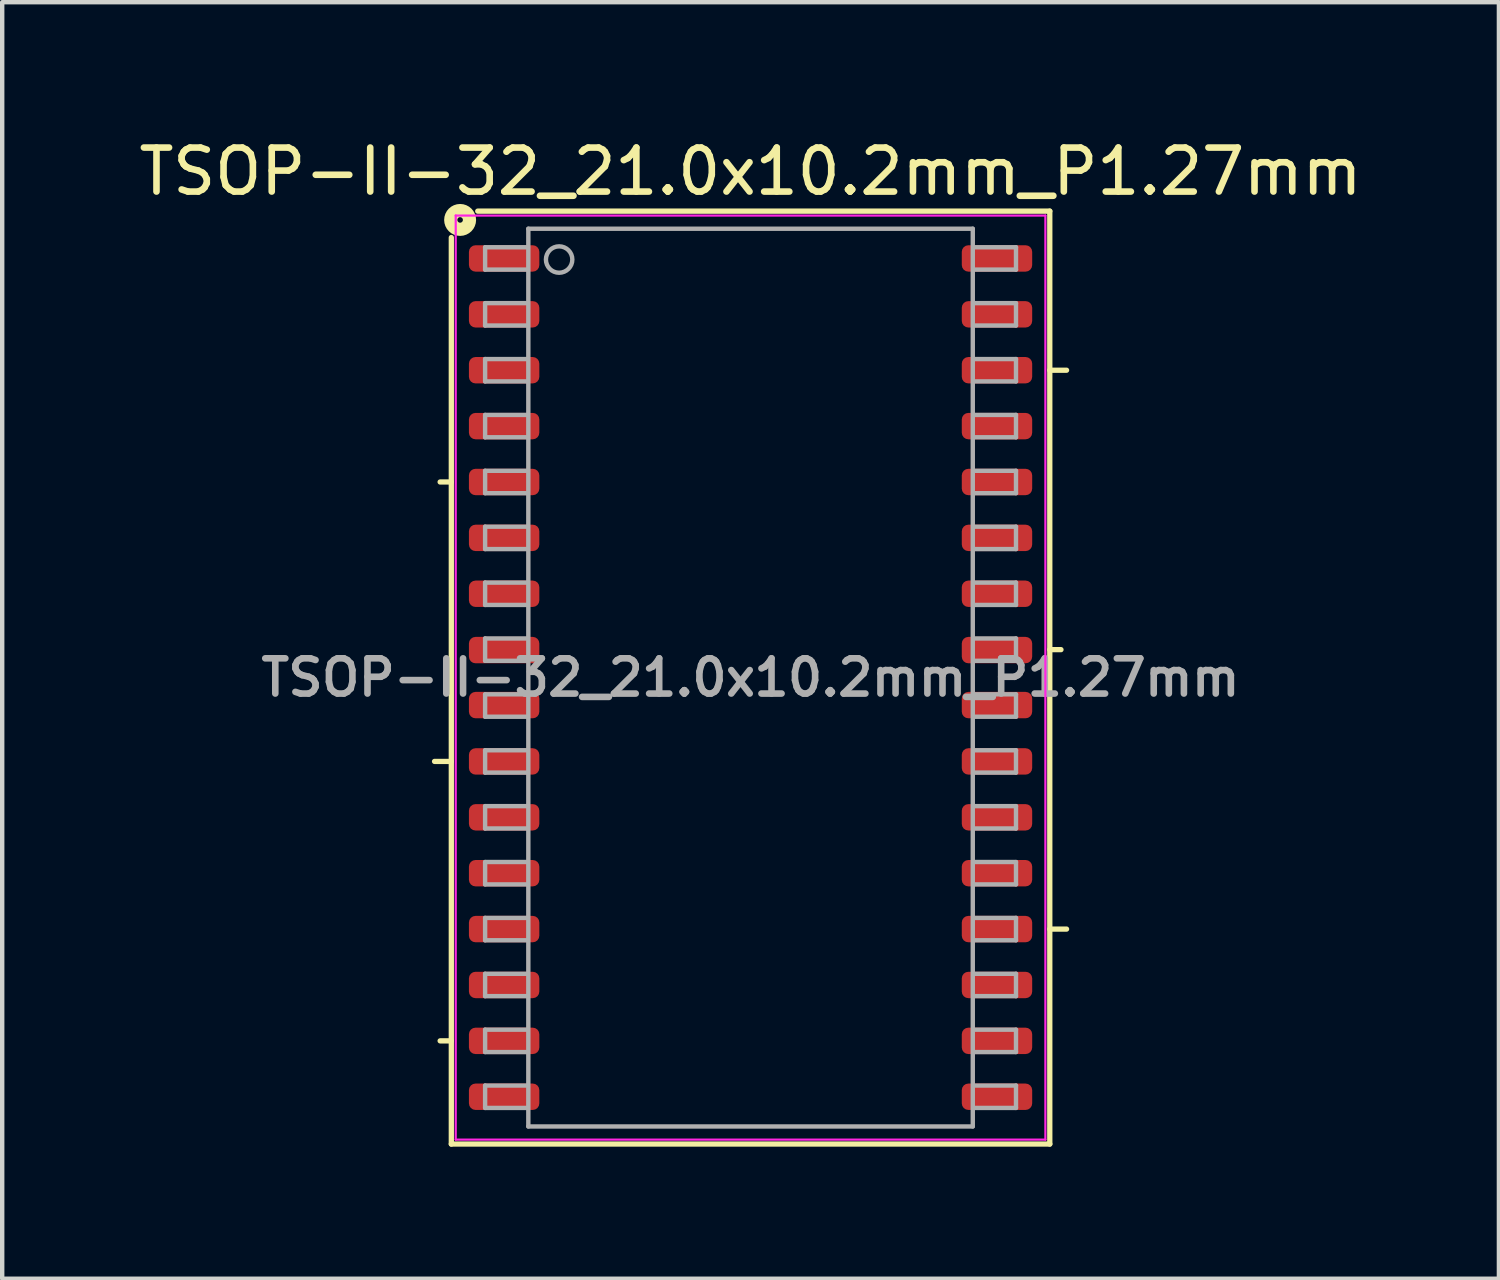
<source format=kicad_pcb>
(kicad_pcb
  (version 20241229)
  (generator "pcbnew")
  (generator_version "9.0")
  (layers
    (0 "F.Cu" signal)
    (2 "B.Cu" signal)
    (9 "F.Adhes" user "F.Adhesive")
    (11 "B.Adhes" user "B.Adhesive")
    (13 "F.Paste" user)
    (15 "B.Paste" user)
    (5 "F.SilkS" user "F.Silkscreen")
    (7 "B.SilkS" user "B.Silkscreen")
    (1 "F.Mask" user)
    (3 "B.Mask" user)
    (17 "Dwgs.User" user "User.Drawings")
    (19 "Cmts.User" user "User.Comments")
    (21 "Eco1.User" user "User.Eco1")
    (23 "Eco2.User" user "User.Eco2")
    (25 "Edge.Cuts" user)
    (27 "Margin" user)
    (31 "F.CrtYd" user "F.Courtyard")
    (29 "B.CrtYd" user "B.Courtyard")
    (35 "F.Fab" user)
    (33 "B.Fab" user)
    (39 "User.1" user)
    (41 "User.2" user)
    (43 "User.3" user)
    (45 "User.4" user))
  (footprint "TSOP-II-32_21.0x10.2mm_P1.27mm"
    (layer "F.Cu")
    (at 14.006 12.348)
    (property "Reference" "TSOP-II-32_21.0x10.2mm_P1.27mm" (at 0 -11.5 0) (layer "F.SilkS") (effects (font (size 1 1) (thickness 0.15))))
    (attr smd)
    (fp_line (start -6.8 -10) (end -6.8 10.6) (stroke (width 0.12) (type solid)) (layer "F.SilkS"))
    (fp_line (start -6.8 -4.445) (end -7.054 -4.445) (stroke (width 0.12) (type solid)) (layer "F.SilkS"))
    (fp_line (start -6.8 1.905) (end -7.181 1.905) (stroke (width 0.12) (type solid)) (layer "F.SilkS"))
    (fp_line (start -6.8 8.255) (end -7.054 8.255) (stroke (width 0.12) (type solid)) (layer "F.SilkS"))
    (fp_line (start -6.8 10.6) (end 6.8 10.6) (stroke (width 0.12) (type solid)) (layer "F.SilkS"))
    (fp_line (start 6.8 -10.6) (end -6.2 -10.6) (stroke (width 0.12) (type solid)) (layer "F.SilkS"))
    (fp_line (start 6.8 -6.985) (end 7.181 -6.985) (stroke (width 0.12) (type solid)) (layer "F.SilkS"))
    (fp_line (start 6.8 -0.635) (end 7.054 -0.635) (stroke (width 0.12) (type solid)) (layer "F.SilkS"))
    (fp_line (start 6.8 5.715) (end 7.181 5.715) (stroke (width 0.12) (type solid)) (layer "F.SilkS"))
    (fp_line (start 6.8 10.6) (end 6.8 -10.6) (stroke (width 0.12) (type solid)) (layer "F.SilkS"))
    (fp_circle (center -6.6 -10.4) (end -6.537 -10.4) (stroke (width 0.3) (type solid)) (fill no) (layer "F.SilkS"))
    (fp_line (start -6.7 -10.5) (end -6.7 10.5) (stroke (width 0.05) (type solid)) (layer "F.CrtYd"))
    (fp_line (start -6.7 -10.5) (end 6.7 -10.5) (stroke (width 0.05) (type solid)) (layer "F.CrtYd"))
    (fp_line (start -6.7 10.5) (end 6.7 10.5) (stroke (width 0.05) (type solid)) (layer "F.CrtYd"))
    (fp_line (start 6.7 -10.5) (end 6.7 10.5) (stroke (width 0.05) (type solid)) (layer "F.CrtYd"))
    (fp_line (start -6.032 -9.779) (end -6.032 -9.271) (stroke (width 0.1) (type solid)) (layer "F.Fab"))
    (fp_line (start -6.032 -9.779) (end -5.08 -9.779) (stroke (width 0.1) (type solid)) (layer "F.Fab"))
    (fp_line (start -6.032 -9.271) (end -5.08 -9.271) (stroke (width 0.1) (type solid)) (layer "F.Fab"))
    (fp_line (start -6.032 -8.509) (end -6.032 -8.001) (stroke (width 0.1) (type solid)) (layer "F.Fab"))
    (fp_line (start -6.032 -8.509) (end -5.08 -8.509) (stroke (width 0.1) (type solid)) (layer "F.Fab"))
    (fp_line (start -6.032 -8.001) (end -5.08 -8.001) (stroke (width 0.1) (type solid)) (layer "F.Fab"))
    (fp_line (start -6.032 -7.239) (end -6.032 -6.731) (stroke (width 0.1) (type solid)) (layer "F.Fab"))
    (fp_line (start -6.032 -7.239) (end -5.08 -7.239) (stroke (width 0.1) (type solid)) (layer "F.Fab"))
    (fp_line (start -6.032 -6.731) (end -5.08 -6.731) (stroke (width 0.1) (type solid)) (layer "F.Fab"))
    (fp_line (start -6.032 -5.969) (end -6.032 -5.461) (stroke (width 0.1) (type solid)) (layer "F.Fab"))
    (fp_line (start -6.032 -5.969) (end -5.08 -5.969) (stroke (width 0.1) (type solid)) (layer "F.Fab"))
    (fp_line (start -6.032 -5.461) (end -5.08 -5.461) (stroke (width 0.1) (type solid)) (layer "F.Fab"))
    (fp_line (start -6.032 -4.699) (end -6.032 -4.191) (stroke (width 0.1) (type solid)) (layer "F.Fab"))
    (fp_line (start -6.032 -4.699) (end -5.08 -4.699) (stroke (width 0.1) (type solid)) (layer "F.Fab"))
    (fp_line (start -6.032 -4.191) (end -5.08 -4.191) (stroke (width 0.1) (type solid)) (layer "F.Fab"))
    (fp_line (start -6.032 -3.429) (end -6.032 -2.921) (stroke (width 0.1) (type solid)) (layer "F.Fab"))
    (fp_line (start -6.032 -3.429) (end -5.08 -3.429) (stroke (width 0.1) (type solid)) (layer "F.Fab"))
    (fp_line (start -6.032 -2.921) (end -5.08 -2.921) (stroke (width 0.1) (type solid)) (layer "F.Fab"))
    (fp_line (start -6.032 -2.159) (end -6.032 -1.651) (stroke (width 0.1) (type solid)) (layer "F.Fab"))
    (fp_line (start -6.032 -2.159) (end -5.08 -2.159) (stroke (width 0.1) (type solid)) (layer "F.Fab"))
    (fp_line (start -6.032 -1.651) (end -5.08 -1.651) (stroke (width 0.1) (type solid)) (layer "F.Fab"))
    (fp_line (start -6.032 -0.889) (end -6.032 -0.381) (stroke (width 0.1) (type solid)) (layer "F.Fab"))
    (fp_line (start -6.032 -0.889) (end -5.08 -0.889) (stroke (width 0.1) (type solid)) (layer "F.Fab"))
    (fp_line (start -6.032 -0.381) (end -5.08 -0.381) (stroke (width 0.1) (type solid)) (layer "F.Fab"))
    (fp_line (start -6.032 0.381) (end -6.032 0.889) (stroke (width 0.1) (type solid)) (layer "F.Fab"))
    (fp_line (start -6.032 0.381) (end -5.08 0.381) (stroke (width 0.1) (type solid)) (layer "F.Fab"))
    (fp_line (start -6.032 0.889) (end -5.08 0.889) (stroke (width 0.1) (type solid)) (layer "F.Fab"))
    (fp_line (start -6.032 1.651) (end -6.032 2.159) (stroke (width 0.1) (type solid)) (layer "F.Fab"))
    (fp_line (start -6.032 1.651) (end -5.08 1.651) (stroke (width 0.1) (type solid)) (layer "F.Fab"))
    (fp_line (start -6.032 2.159) (end -5.08 2.159) (stroke (width 0.1) (type solid)) (layer "F.Fab"))
    (fp_line (start -6.032 2.921) (end -6.032 3.429) (stroke (width 0.1) (type solid)) (layer "F.Fab"))
    (fp_line (start -6.032 2.921) (end -5.08 2.921) (stroke (width 0.1) (type solid)) (layer "F.Fab"))
    (fp_line (start -6.032 3.429) (end -5.08 3.429) (stroke (width 0.1) (type solid)) (layer "F.Fab"))
    (fp_line (start -6.032 4.191) (end -6.032 4.699) (stroke (width 0.1) (type solid)) (layer "F.Fab"))
    (fp_line (start -6.032 4.191) (end -5.08 4.191) (stroke (width 0.1) (type solid)) (layer "F.Fab"))
    (fp_line (start -6.032 4.699) (end -5.08 4.699) (stroke (width 0.1) (type solid)) (layer "F.Fab"))
    (fp_line (start -6.032 5.461) (end -6.032 5.969) (stroke (width 0.1) (type solid)) (layer "F.Fab"))
    (fp_line (start -6.032 5.461) (end -5.08 5.461) (stroke (width 0.1) (type solid)) (layer "F.Fab"))
    (fp_line (start -6.032 5.969) (end -5.08 5.969) (stroke (width 0.1) (type solid)) (layer "F.Fab"))
    (fp_line (start -6.032 6.731) (end -6.032 7.239) (stroke (width 0.1) (type solid)) (layer "F.Fab"))
    (fp_line (start -6.032 6.731) (end -5.08 6.731) (stroke (width 0.1) (type solid)) (layer "F.Fab"))
    (fp_line (start -6.032 7.239) (end -5.08 7.239) (stroke (width 0.1) (type solid)) (layer "F.Fab"))
    (fp_line (start -6.032 8.001) (end -6.032 8.509) (stroke (width 0.1) (type solid)) (layer "F.Fab"))
    (fp_line (start -6.032 8.001) (end -5.08 8.001) (stroke (width 0.1) (type solid)) (layer "F.Fab"))
    (fp_line (start -6.032 8.509) (end -5.08 8.509) (stroke (width 0.1) (type solid)) (layer "F.Fab"))
    (fp_line (start -6.032 9.271) (end -6.032 9.779) (stroke (width 0.1) (type solid)) (layer "F.Fab"))
    (fp_line (start -6.032 9.271) (end -5.08 9.271) (stroke (width 0.1) (type solid)) (layer "F.Fab"))
    (fp_line (start -6.032 9.779) (end -5.08 9.779) (stroke (width 0.1) (type solid)) (layer "F.Fab"))
    (fp_line (start -5.05 -10.2) (end 5.05 -10.2) (stroke (width 0.1) (type solid)) (layer "F.Fab"))
    (fp_line (start -5.05 10.2) (end -5.05 -10.2) (stroke (width 0.1) (type solid)) (layer "F.Fab"))
    (fp_line (start 5.05 -10.2) (end 5.05 10.2) (stroke (width 0.1) (type solid)) (layer "F.Fab"))
    (fp_line (start 5.05 10.2) (end -5.05 10.2) (stroke (width 0.1) (type solid)) (layer "F.Fab"))
    (fp_line (start 6.032 -9.779) (end 5.08 -9.779) (stroke (width 0.1) (type solid)) (layer "F.Fab"))
    (fp_line (start 6.032 -9.271) (end 5.08 -9.271) (stroke (width 0.1) (type solid)) (layer "F.Fab"))
    (fp_line (start 6.032 -9.271) (end 6.032 -9.779) (stroke (width 0.1) (type solid)) (layer "F.Fab"))
    (fp_line (start 6.032 -8.509) (end 5.08 -8.509) (stroke (width 0.1) (type solid)) (layer "F.Fab"))
    (fp_line (start 6.032 -8.001) (end 5.08 -8.001) (stroke (width 0.1) (type solid)) (layer "F.Fab"))
    (fp_line (start 6.032 -8.001) (end 6.032 -8.509) (stroke (width 0.1) (type solid)) (layer "F.Fab"))
    (fp_line (start 6.032 -7.239) (end 5.08 -7.239) (stroke (width 0.1) (type solid)) (layer "F.Fab"))
    (fp_line (start 6.032 -6.731) (end 5.08 -6.731) (stroke (width 0.1) (type solid)) (layer "F.Fab"))
    (fp_line (start 6.032 -6.731) (end 6.032 -7.239) (stroke (width 0.1) (type solid)) (layer "F.Fab"))
    (fp_line (start 6.032 -5.969) (end 5.08 -5.969) (stroke (width 0.1) (type solid)) (layer "F.Fab"))
    (fp_line (start 6.032 -5.461) (end 5.08 -5.461) (stroke (width 0.1) (type solid)) (layer "F.Fab"))
    (fp_line (start 6.032 -5.461) (end 6.032 -5.969) (stroke (width 0.1) (type solid)) (layer "F.Fab"))
    (fp_line (start 6.032 -4.699) (end 5.08 -4.699) (stroke (width 0.1) (type solid)) (layer "F.Fab"))
    (fp_line (start 6.032 -4.191) (end 5.08 -4.191) (stroke (width 0.1) (type solid)) (layer "F.Fab"))
    (fp_line (start 6.032 -4.191) (end 6.032 -4.699) (stroke (width 0.1) (type solid)) (layer "F.Fab"))
    (fp_line (start 6.032 -3.429) (end 5.08 -3.429) (stroke (width 0.1) (type solid)) (layer "F.Fab"))
    (fp_line (start 6.032 -2.921) (end 5.08 -2.921) (stroke (width 0.1) (type solid)) (layer "F.Fab"))
    (fp_line (start 6.032 -2.921) (end 6.032 -3.429) (stroke (width 0.1) (type solid)) (layer "F.Fab"))
    (fp_line (start 6.032 -2.159) (end 5.08 -2.159) (stroke (width 0.1) (type solid)) (layer "F.Fab"))
    (fp_line (start 6.032 -1.651) (end 5.08 -1.651) (stroke (width 0.1) (type solid)) (layer "F.Fab"))
    (fp_line (start 6.032 -1.651) (end 6.032 -2.159) (stroke (width 0.1) (type solid)) (layer "F.Fab"))
    (fp_line (start 6.032 -0.889) (end 5.08 -0.889) (stroke (width 0.1) (type solid)) (layer "F.Fab"))
    (fp_line (start 6.032 -0.381) (end 5.08 -0.381) (stroke (width 0.1) (type solid)) (layer "F.Fab"))
    (fp_line (start 6.032 -0.381) (end 6.032 -0.889) (stroke (width 0.1) (type solid)) (layer "F.Fab"))
    (fp_line (start 6.032 0.381) (end 5.08 0.381) (stroke (width 0.1) (type solid)) (layer "F.Fab"))
    (fp_line (start 6.032 0.889) (end 5.08 0.889) (stroke (width 0.1) (type solid)) (layer "F.Fab"))
    (fp_line (start 6.032 0.889) (end 6.032 0.381) (stroke (width 0.1) (type solid)) (layer "F.Fab"))
    (fp_line (start 6.032 1.651) (end 5.08 1.651) (stroke (width 0.1) (type solid)) (layer "F.Fab"))
    (fp_line (start 6.032 2.159) (end 5.08 2.159) (stroke (width 0.1) (type solid)) (layer "F.Fab"))
    (fp_line (start 6.032 2.159) (end 6.032 1.651) (stroke (width 0.1) (type solid)) (layer "F.Fab"))
    (fp_line (start 6.032 2.921) (end 5.08 2.921) (stroke (width 0.1) (type solid)) (layer "F.Fab"))
    (fp_line (start 6.032 3.429) (end 5.08 3.429) (stroke (width 0.1) (type solid)) (layer "F.Fab"))
    (fp_line (start 6.032 3.429) (end 6.032 2.921) (stroke (width 0.1) (type solid)) (layer "F.Fab"))
    (fp_line (start 6.032 4.191) (end 5.08 4.191) (stroke (width 0.1) (type solid)) (layer "F.Fab"))
    (fp_line (start 6.032 4.699) (end 5.08 4.699) (stroke (width 0.1) (type solid)) (layer "F.Fab"))
    (fp_line (start 6.032 4.699) (end 6.032 4.191) (stroke (width 0.1) (type solid)) (layer "F.Fab"))
    (fp_line (start 6.032 5.461) (end 5.08 5.461) (stroke (width 0.1) (type solid)) (layer "F.Fab"))
    (fp_line (start 6.032 5.969) (end 5.08 5.969) (stroke (width 0.1) (type solid)) (layer "F.Fab"))
    (fp_line (start 6.032 5.969) (end 6.032 5.461) (stroke (width 0.1) (type solid)) (layer "F.Fab"))
    (fp_line (start 6.032 6.731) (end 5.08 6.731) (stroke (width 0.1) (type solid)) (layer "F.Fab"))
    (fp_line (start 6.032 7.239) (end 5.08 7.239) (stroke (width 0.1) (type solid)) (layer "F.Fab"))
    (fp_line (start 6.032 7.239) (end 6.032 6.731) (stroke (width 0.1) (type solid)) (layer "F.Fab"))
    (fp_line (start 6.032 8.001) (end 5.08 8.001) (stroke (width 0.1) (type solid)) (layer "F.Fab"))
    (fp_line (start 6.032 8.509) (end 5.08 8.509) (stroke (width 0.1) (type solid)) (layer "F.Fab"))
    (fp_line (start 6.032 8.509) (end 6.032 8.001) (stroke (width 0.1) (type solid)) (layer "F.Fab"))
    (fp_line (start 6.032 9.271) (end 5.08 9.271) (stroke (width 0.1) (type solid)) (layer "F.Fab"))
    (fp_line (start 6.032 9.779) (end 5.08 9.779) (stroke (width 0.1) (type solid)) (layer "F.Fab"))
    (fp_line (start 6.032 9.779) (end 6.032 9.271) (stroke (width 0.1) (type solid)) (layer "F.Fab"))
    (fp_circle (center -4.35 -9.5) (end -4.05 -9.5) (stroke (width 0.1) (type solid)) (fill no) (layer "F.Fab"))
    (fp_text user "${REFERENCE}" (at 0 0 0) (layer "F.Fab") (effects (font (size 0.8 0.8) (thickness 0.15))))
    (pad "1" smd roundrect (at -5.6 -9.525) (size 1.6 0.6) (layers "F.Cu" "F.Mask" "F.Paste") (roundrect_rratio 0.25))
    (pad "2" smd roundrect (at -5.6 -8.255) (size 1.6 0.6) (layers "F.Cu" "F.Mask" "F.Paste") (roundrect_rratio 0.25))
    (pad "3" smd roundrect (at -5.6 -6.985) (size 1.6 0.6) (layers "F.Cu" "F.Mask" "F.Paste") (roundrect_rratio 0.25))
    (pad "4" smd roundrect (at -5.6 -5.715) (size 1.6 0.6) (layers "F.Cu" "F.Mask" "F.Paste") (roundrect_rratio 0.25))
    (pad "5" smd roundrect (at -5.6 -4.445) (size 1.6 0.6) (layers "F.Cu" "F.Mask" "F.Paste") (roundrect_rratio 0.25))
    (pad "6" smd roundrect (at -5.6 -3.175) (size 1.6 0.6) (layers "F.Cu" "F.Mask" "F.Paste") (roundrect_rratio 0.25))
    (pad "7" smd roundrect (at -5.6 -1.905) (size 1.6 0.6) (layers "F.Cu" "F.Mask" "F.Paste") (roundrect_rratio 0.25))
    (pad "8" smd roundrect (at -5.6 -0.625) (size 1.6 0.6) (layers "F.Cu" "F.Mask" "F.Paste") (roundrect_rratio 0.25))
    (pad "9" smd roundrect (at -5.6 0.625) (size 1.6 0.6) (layers "F.Cu" "F.Mask" "F.Paste") (roundrect_rratio 0.25))
    (pad "10" smd roundrect (at -5.6 1.905) (size 1.6 0.6) (layers "F.Cu" "F.Mask" "F.Paste") (roundrect_rratio 0.25))
    (pad "11" smd roundrect (at -5.6 3.175) (size 1.6 0.6) (layers "F.Cu" "F.Mask" "F.Paste") (roundrect_rratio 0.25))
    (pad "12" smd roundrect (at -5.6 4.445) (size 1.6 0.6) (layers "F.Cu" "F.Mask" "F.Paste") (roundrect_rratio 0.25))
    (pad "13" smd roundrect (at -5.6 5.715) (size 1.6 0.6) (layers "F.Cu" "F.Mask" "F.Paste") (roundrect_rratio 0.25))
    (pad "14" smd roundrect (at -5.6 6.985) (size 1.6 0.6) (layers "F.Cu" "F.Mask" "F.Paste") (roundrect_rratio 0.25))
    (pad "15" smd roundrect (at -5.6 8.255) (size 1.6 0.6) (layers "F.Cu" "F.Mask" "F.Paste") (roundrect_rratio 0.25))
    (pad "16" smd roundrect (at -5.6 9.525) (size 1.6 0.6) (layers "F.Cu" "F.Mask" "F.Paste") (roundrect_rratio 0.25))
    (pad "17" smd roundrect (at 5.6 9.525) (size 1.6 0.6) (layers "F.Cu" "F.Mask" "F.Paste") (roundrect_rratio 0.25))
    (pad "18" smd roundrect (at 5.6 8.255) (size 1.6 0.6) (layers "F.Cu" "F.Mask" "F.Paste") (roundrect_rratio 0.25))
    (pad "19" smd roundrect (at 5.6 6.985) (size 1.6 0.6) (layers "F.Cu" "F.Mask" "F.Paste") (roundrect_rratio 0.25))
    (pad "20" smd roundrect (at 5.6 5.715) (size 1.6 0.6) (layers "F.Cu" "F.Mask" "F.Paste") (roundrect_rratio 0.25))
    (pad "21" smd roundrect (at 5.6 4.445) (size 1.6 0.6) (layers "F.Cu" "F.Mask" "F.Paste") (roundrect_rratio 0.25))
    (pad "22" smd roundrect (at 5.6 3.175) (size 1.6 0.6) (layers "F.Cu" "F.Mask" "F.Paste") (roundrect_rratio 0.25))
    (pad "23" smd roundrect (at 5.6 1.905) (size 1.6 0.6) (layers "F.Cu" "F.Mask" "F.Paste") (roundrect_rratio 0.25))
    (pad "24" smd roundrect (at 5.6 0.625) (size 1.6 0.6) (layers "F.Cu" "F.Mask" "F.Paste") (roundrect_rratio 0.25))
    (pad "25" smd roundrect (at 5.6 -0.625) (size 1.6 0.6) (layers "F.Cu" "F.Mask" "F.Paste") (roundrect_rratio 0.25))
    (pad "26" smd roundrect (at 5.6 -1.905) (size 1.6 0.6) (layers "F.Cu" "F.Mask" "F.Paste") (roundrect_rratio 0.25))
    (pad "27" smd roundrect (at 5.6 -3.175) (size 1.6 0.6) (layers "F.Cu" "F.Mask" "F.Paste") (roundrect_rratio 0.25))
    (pad "28" smd roundrect (at 5.6 -4.445) (size 1.6 0.6) (layers "F.Cu" "F.Mask" "F.Paste") (roundrect_rratio 0.25))
    (pad "29" smd roundrect (at 5.6 -5.715) (size 1.6 0.6) (layers "F.Cu" "F.Mask" "F.Paste") (roundrect_rratio 0.25))
    (pad "30" smd roundrect (at 5.6 -6.985) (size 1.6 0.6) (layers "F.Cu" "F.Mask" "F.Paste") (roundrect_rratio 0.25))
    (pad "31" smd roundrect (at 5.6 -8.255) (size 1.6 0.6) (layers "F.Cu" "F.Mask" "F.Paste") (roundrect_rratio 0.25))
    (pad "32" smd roundrect (at 5.6 -9.525) (size 1.6 0.6) (layers "F.Cu" "F.Mask" "F.Paste") (roundrect_rratio 0.25)))
  (gr_rect
    (start -3 -3)
    (end 31.012 26.008)
    (stroke (width 0.1) (type default))
    (fill no)
    (layer "Edge.Cuts")))
</source>
